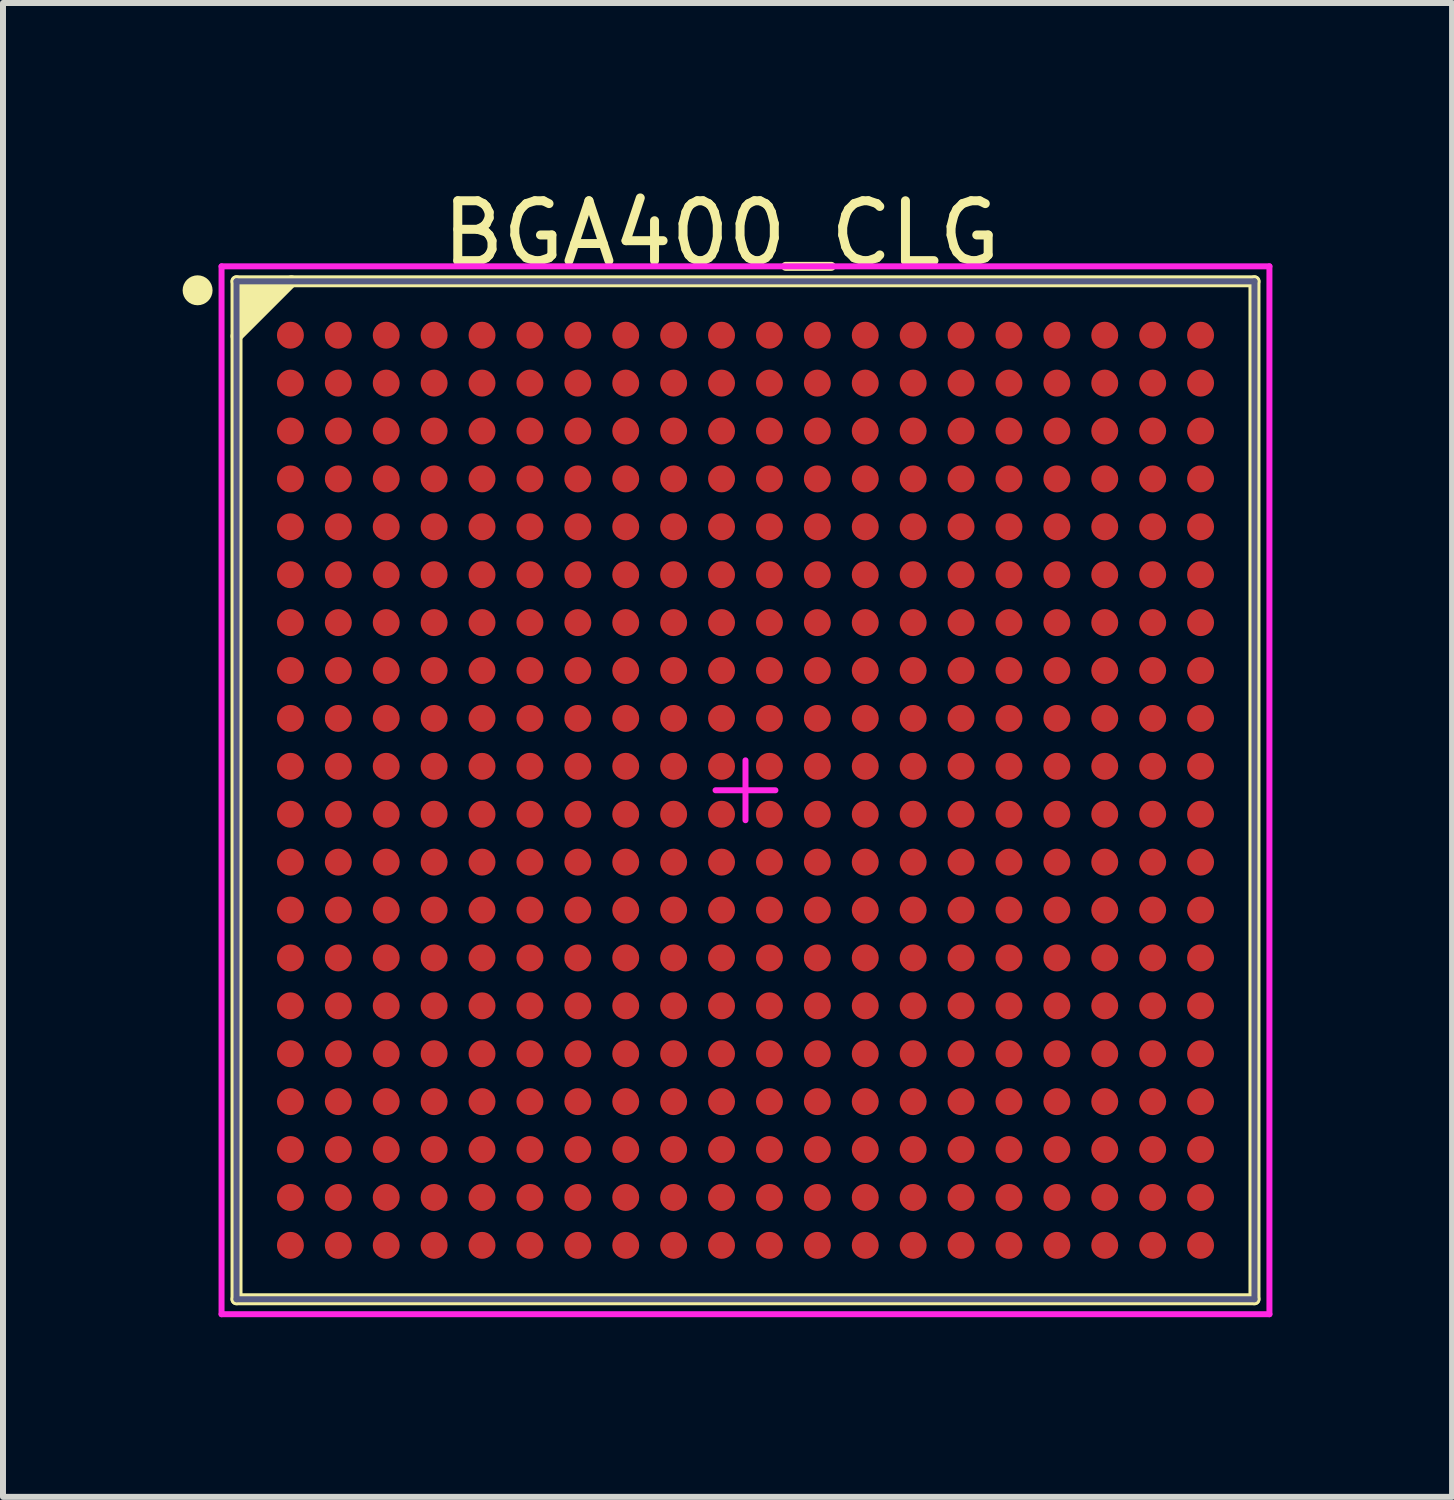
<source format=kicad_pcb>
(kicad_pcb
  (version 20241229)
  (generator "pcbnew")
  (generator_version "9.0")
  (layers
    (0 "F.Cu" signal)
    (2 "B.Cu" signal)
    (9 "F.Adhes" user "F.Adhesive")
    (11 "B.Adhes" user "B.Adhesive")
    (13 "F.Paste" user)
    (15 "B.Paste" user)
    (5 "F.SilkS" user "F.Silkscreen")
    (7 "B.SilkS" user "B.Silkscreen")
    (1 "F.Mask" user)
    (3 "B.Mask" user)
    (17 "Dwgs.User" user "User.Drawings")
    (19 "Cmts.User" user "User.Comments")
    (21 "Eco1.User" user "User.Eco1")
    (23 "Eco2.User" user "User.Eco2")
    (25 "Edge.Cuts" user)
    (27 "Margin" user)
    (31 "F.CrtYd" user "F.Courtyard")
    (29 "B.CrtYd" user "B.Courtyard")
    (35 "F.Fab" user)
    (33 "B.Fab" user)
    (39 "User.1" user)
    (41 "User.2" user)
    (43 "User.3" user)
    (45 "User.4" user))
  (footprint "BGA400_CLG"
    (layer "F.Cu")
    (at 9.4 10.148)
    (property "Reference" "BGA400_CLG" (at -0.4 -9.3 0) (layer "F.SilkS") (effects (font (size 1 1) (thickness 0.15))))
    (fp_line (start -8.5 -8.5) (end 8.5 -8.5) (stroke (width 0.2) (type solid)) (layer "F.SilkS"))
    (fp_line (start -8.5 -7.584) (end -7.584 -8.5) (stroke (width 0.2) (type solid)) (layer "F.SilkS"))
    (fp_line (start -8.5 8.5) (end -8.5 -8.5) (stroke (width 0.2) (type solid)) (layer "F.SilkS"))
    (fp_line (start -8.5 8.5) (end 8.5 8.5) (stroke (width 0.2) (type solid)) (layer "F.SilkS"))
    (fp_line (start 8.5 8.5) (end 8.5 -8.5) (stroke (width 0.2) (type solid)) (layer "F.SilkS"))
    (fp_circle (center -9.15 -8.35) (end -9.15 -8.475) (stroke (width 0.25) (type solid)) (fill no) (layer "F.SilkS"))
    (fp_poly (pts (xy -7.584 -8.5) (xy -8.5 -7.584) (xy -8.5 -8.5)) (stroke (width 0) (type default)) (fill yes) (layer "F.SilkS"))
    (fp_line (start -8.75 -8.75) (end 8.75 -8.75) (stroke (width 0.1) (type solid)) (layer "F.CrtYd"))
    (fp_line (start -8.75 8.75) (end -8.75 -8.75) (stroke (width 0.1) (type solid)) (layer "F.CrtYd"))
    (fp_line (start -8.75 8.75) (end 8.75 8.75) (stroke (width 0.1) (type solid)) (layer "F.CrtYd"))
    (fp_line (start -0.5 0) (end 0.5 0) (stroke (width 0.1) (type solid)) (layer "F.CrtYd"))
    (fp_line (start 0 0.5) (end 0 -0.5) (stroke (width 0.1) (type solid)) (layer "F.CrtYd"))
    (fp_line (start 8.75 8.75) (end 8.75 -8.75) (stroke (width 0.1) (type solid)) (layer "F.CrtYd"))
    (fp_line (start -8.5 -8.5) (end 8.5 -8.5) (stroke (width 0.1) (type solid)) (layer "B.Fab"))
    (fp_line (start -8.5 8.5) (end -8.5 -8.5) (stroke (width 0.1) (type solid)) (layer "B.Fab"))
    (fp_line (start -8.5 8.5) (end 8.5 8.5) (stroke (width 0.1) (type solid)) (layer "B.Fab"))
    (fp_line (start 8.5 8.5) (end 8.5 -8.5) (stroke (width 0.1) (type solid)) (layer "B.Fab"))
    (pad "A1" smd circle (at -7.6 -7.6) (size 0.45 0.45) (layers "F.Cu" "F.Mask" "F.Paste"))
    (pad "A2" smd circle (at -6.8 -7.6) (size 0.45 0.45) (layers "F.Cu" "F.Mask" "F.Paste"))
    (pad "A3" smd circle (at -6 -7.6) (size 0.45 0.45) (layers "F.Cu" "F.Mask" "F.Paste"))
    (pad "A4" smd circle (at -5.2 -7.6) (size 0.45 0.45) (layers "F.Cu" "F.Mask" "F.Paste"))
    (pad "A5" smd circle (at -4.4 -7.6) (size 0.45 0.45) (layers "F.Cu" "F.Mask" "F.Paste"))
    (pad "A6" smd circle (at -3.6 -7.6) (size 0.45 0.45) (layers "F.Cu" "F.Mask" "F.Paste"))
    (pad "A7" smd circle (at -2.8 -7.6) (size 0.45 0.45) (layers "F.Cu" "F.Mask" "F.Paste"))
    (pad "A8" smd circle (at -2 -7.6) (size 0.45 0.45) (layers "F.Cu" "F.Mask" "F.Paste"))
    (pad "A9" smd circle (at -1.2 -7.6) (size 0.45 0.45) (layers "F.Cu" "F.Mask" "F.Paste"))
    (pad "A10" smd circle (at -0.4 -7.6) (size 0.45 0.45) (layers "F.Cu" "F.Mask" "F.Paste"))
    (pad "A11" smd circle (at 0.4 -7.6) (size 0.45 0.45) (layers "F.Cu" "F.Mask" "F.Paste"))
    (pad "A12" smd circle (at 1.2 -7.6) (size 0.45 0.45) (layers "F.Cu" "F.Mask" "F.Paste"))
    (pad "A13" smd circle (at 2 -7.6) (size 0.45 0.45) (layers "F.Cu" "F.Mask" "F.Paste"))
    (pad "A14" smd circle (at 2.8 -7.6) (size 0.45 0.45) (layers "F.Cu" "F.Mask" "F.Paste"))
    (pad "A15" smd circle (at 3.6 -7.6) (size 0.45 0.45) (layers "F.Cu" "F.Mask" "F.Paste"))
    (pad "A16" smd circle (at 4.4 -7.6) (size 0.45 0.45) (layers "F.Cu" "F.Mask" "F.Paste"))
    (pad "A17" smd circle (at 5.2 -7.6) (size 0.45 0.45) (layers "F.Cu" "F.Mask" "F.Paste"))
    (pad "A18" smd circle (at 6 -7.6) (size 0.45 0.45) (layers "F.Cu" "F.Mask" "F.Paste"))
    (pad "A19" smd circle (at 6.8 -7.6) (size 0.45 0.45) (layers "F.Cu" "F.Mask" "F.Paste"))
    (pad "A20" smd circle (at 7.6 -7.6) (size 0.45 0.45) (layers "F.Cu" "F.Mask" "F.Paste"))
    (pad "B1" smd circle (at -7.6 -6.8) (size 0.45 0.45) (layers "F.Cu" "F.Mask" "F.Paste"))
    (pad "B2" smd circle (at -6.8 -6.8) (size 0.45 0.45) (layers "F.Cu" "F.Mask" "F.Paste"))
    (pad "B3" smd circle (at -6 -6.8) (size 0.45 0.45) (layers "F.Cu" "F.Mask" "F.Paste"))
    (pad "B4" smd circle (at -5.2 -6.8) (size 0.45 0.45) (layers "F.Cu" "F.Mask" "F.Paste"))
    (pad "B5" smd circle (at -4.4 -6.8) (size 0.45 0.45) (layers "F.Cu" "F.Mask" "F.Paste"))
    (pad "B6" smd circle (at -3.6 -6.8) (size 0.45 0.45) (layers "F.Cu" "F.Mask" "F.Paste"))
    (pad "B7" smd circle (at -2.8 -6.8) (size 0.45 0.45) (layers "F.Cu" "F.Mask" "F.Paste"))
    (pad "B8" smd circle (at -2 -6.8) (size 0.45 0.45) (layers "F.Cu" "F.Mask" "F.Paste"))
    (pad "B9" smd circle (at -1.2 -6.8) (size 0.45 0.45) (layers "F.Cu" "F.Mask" "F.Paste"))
    (pad "B10" smd circle (at -0.4 -6.8) (size 0.45 0.45) (layers "F.Cu" "F.Mask" "F.Paste"))
    (pad "B11" smd circle (at 0.4 -6.8) (size 0.45 0.45) (layers "F.Cu" "F.Mask" "F.Paste"))
    (pad "B12" smd circle (at 1.2 -6.8) (size 0.45 0.45) (layers "F.Cu" "F.Mask" "F.Paste"))
    (pad "B13" smd circle (at 2 -6.8) (size 0.45 0.45) (layers "F.Cu" "F.Mask" "F.Paste"))
    (pad "B14" smd circle (at 2.8 -6.8) (size 0.45 0.45) (layers "F.Cu" "F.Mask" "F.Paste"))
    (pad "B15" smd circle (at 3.6 -6.8) (size 0.45 0.45) (layers "F.Cu" "F.Mask" "F.Paste"))
    (pad "B16" smd circle (at 4.4 -6.8) (size 0.45 0.45) (layers "F.Cu" "F.Mask" "F.Paste"))
    (pad "B17" smd circle (at 5.2 -6.8) (size 0.45 0.45) (layers "F.Cu" "F.Mask" "F.Paste"))
    (pad "B18" smd circle (at 6 -6.8) (size 0.45 0.45) (layers "F.Cu" "F.Mask" "F.Paste"))
    (pad "B19" smd circle (at 6.8 -6.8) (size 0.45 0.45) (layers "F.Cu" "F.Mask" "F.Paste"))
    (pad "B20" smd circle (at 7.6 -6.8) (size 0.45 0.45) (layers "F.Cu" "F.Mask" "F.Paste"))
    (pad "C1" smd circle (at -7.6 -6) (size 0.45 0.45) (layers "F.Cu" "F.Mask" "F.Paste"))
    (pad "C2" smd circle (at -6.8 -6) (size 0.45 0.45) (layers "F.Cu" "F.Mask" "F.Paste"))
    (pad "C3" smd circle (at -6 -6) (size 0.45 0.45) (layers "F.Cu" "F.Mask" "F.Paste"))
    (pad "C4" smd circle (at -5.2 -6) (size 0.45 0.45) (layers "F.Cu" "F.Mask" "F.Paste"))
    (pad "C5" smd circle (at -4.4 -6) (size 0.45 0.45) (layers "F.Cu" "F.Mask" "F.Paste"))
    (pad "C6" smd circle (at -3.6 -6) (size 0.45 0.45) (layers "F.Cu" "F.Mask" "F.Paste"))
    (pad "C7" smd circle (at -2.8 -6) (size 0.45 0.45) (layers "F.Cu" "F.Mask" "F.Paste"))
    (pad "C8" smd circle (at -2 -6) (size 0.45 0.45) (layers "F.Cu" "F.Mask" "F.Paste"))
    (pad "C9" smd circle (at -1.2 -6) (size 0.45 0.45) (layers "F.Cu" "F.Mask" "F.Paste"))
    (pad "C10" smd circle (at -0.4 -6) (size 0.45 0.45) (layers "F.Cu" "F.Mask" "F.Paste"))
    (pad "C11" smd circle (at 0.4 -6) (size 0.45 0.45) (layers "F.Cu" "F.Mask" "F.Paste"))
    (pad "C12" smd circle (at 1.2 -6) (size 0.45 0.45) (layers "F.Cu" "F.Mask" "F.Paste"))
    (pad "C13" smd circle (at 2 -6) (size 0.45 0.45) (layers "F.Cu" "F.Mask" "F.Paste"))
    (pad "C14" smd circle (at 2.8 -6) (size 0.45 0.45) (layers "F.Cu" "F.Mask" "F.Paste"))
    (pad "C15" smd circle (at 3.6 -6) (size 0.45 0.45) (layers "F.Cu" "F.Mask" "F.Paste"))
    (pad "C16" smd circle (at 4.4 -6) (size 0.45 0.45) (layers "F.Cu" "F.Mask" "F.Paste"))
    (pad "C17" smd circle (at 5.2 -6) (size 0.45 0.45) (layers "F.Cu" "F.Mask" "F.Paste"))
    (pad "C18" smd circle (at 6 -6) (size 0.45 0.45) (layers "F.Cu" "F.Mask" "F.Paste"))
    (pad "C19" smd circle (at 6.8 -6) (size 0.45 0.45) (layers "F.Cu" "F.Mask" "F.Paste"))
    (pad "C20" smd circle (at 7.6 -6) (size 0.45 0.45) (layers "F.Cu" "F.Mask" "F.Paste"))
    (pad "D1" smd circle (at -7.6 -5.2) (size 0.45 0.45) (layers "F.Cu" "F.Mask" "F.Paste"))
    (pad "D2" smd circle (at -6.8 -5.2) (size 0.45 0.45) (layers "F.Cu" "F.Mask" "F.Paste"))
    (pad "D3" smd circle (at -6 -5.2) (size 0.45 0.45) (layers "F.Cu" "F.Mask" "F.Paste"))
    (pad "D4" smd circle (at -5.2 -5.2) (size 0.45 0.45) (layers "F.Cu" "F.Mask" "F.Paste"))
    (pad "D5" smd circle (at -4.4 -5.2) (size 0.45 0.45) (layers "F.Cu" "F.Mask" "F.Paste"))
    (pad "D6" smd circle (at -3.6 -5.2) (size 0.45 0.45) (layers "F.Cu" "F.Mask" "F.Paste"))
    (pad "D7" smd circle (at -2.8 -5.2) (size 0.45 0.45) (layers "F.Cu" "F.Mask" "F.Paste"))
    (pad "D8" smd circle (at -2 -5.2) (size 0.45 0.45) (layers "F.Cu" "F.Mask" "F.Paste"))
    (pad "D9" smd circle (at -1.2 -5.2) (size 0.45 0.45) (layers "F.Cu" "F.Mask" "F.Paste"))
    (pad "D10" smd circle (at -0.4 -5.2) (size 0.45 0.45) (layers "F.Cu" "F.Mask" "F.Paste"))
    (pad "D11" smd circle (at 0.4 -5.2) (size 0.45 0.45) (layers "F.Cu" "F.Mask" "F.Paste"))
    (pad "D12" smd circle (at 1.2 -5.2) (size 0.45 0.45) (layers "F.Cu" "F.Mask" "F.Paste"))
    (pad "D13" smd circle (at 2 -5.2) (size 0.45 0.45) (layers "F.Cu" "F.Mask" "F.Paste"))
    (pad "D14" smd circle (at 2.8 -5.2) (size 0.45 0.45) (layers "F.Cu" "F.Mask" "F.Paste"))
    (pad "D15" smd circle (at 3.6 -5.2) (size 0.45 0.45) (layers "F.Cu" "F.Mask" "F.Paste"))
    (pad "D16" smd circle (at 4.4 -5.2) (size 0.45 0.45) (layers "F.Cu" "F.Mask" "F.Paste"))
    (pad "D17" smd circle (at 5.2 -5.2) (size 0.45 0.45) (layers "F.Cu" "F.Mask" "F.Paste"))
    (pad "D18" smd circle (at 6 -5.2) (size 0.45 0.45) (layers "F.Cu" "F.Mask" "F.Paste"))
    (pad "D19" smd circle (at 6.8 -5.2) (size 0.45 0.45) (layers "F.Cu" "F.Mask" "F.Paste"))
    (pad "D20" smd circle (at 7.6 -5.2) (size 0.45 0.45) (layers "F.Cu" "F.Mask" "F.Paste"))
    (pad "E1" smd circle (at -7.6 -4.4) (size 0.45 0.45) (layers "F.Cu" "F.Mask" "F.Paste"))
    (pad "E2" smd circle (at -6.8 -4.4) (size 0.45 0.45) (layers "F.Cu" "F.Mask" "F.Paste"))
    (pad "E3" smd circle (at -6 -4.4) (size 0.45 0.45) (layers "F.Cu" "F.Mask" "F.Paste"))
    (pad "E4" smd circle (at -5.2 -4.4) (size 0.45 0.45) (layers "F.Cu" "F.Mask" "F.Paste"))
    (pad "E5" smd circle (at -4.4 -4.4) (size 0.45 0.45) (layers "F.Cu" "F.Mask" "F.Paste"))
    (pad "E6" smd circle (at -3.6 -4.4) (size 0.45 0.45) (layers "F.Cu" "F.Mask" "F.Paste"))
    (pad "E7" smd circle (at -2.8 -4.4) (size 0.45 0.45) (layers "F.Cu" "F.Mask" "F.Paste"))
    (pad "E8" smd circle (at -2 -4.4) (size 0.45 0.45) (layers "F.Cu" "F.Mask" "F.Paste"))
    (pad "E9" smd circle (at -1.2 -4.4) (size 0.45 0.45) (layers "F.Cu" "F.Mask" "F.Paste"))
    (pad "E10" smd circle (at -0.4 -4.4) (size 0.45 0.45) (layers "F.Cu" "F.Mask" "F.Paste"))
    (pad "E11" smd circle (at 0.4 -4.4) (size 0.45 0.45) (layers "F.Cu" "F.Mask" "F.Paste"))
    (pad "E12" smd circle (at 1.2 -4.4) (size 0.45 0.45) (layers "F.Cu" "F.Mask" "F.Paste"))
    (pad "E13" smd circle (at 2 -4.4) (size 0.45 0.45) (layers "F.Cu" "F.Mask" "F.Paste"))
    (pad "E14" smd circle (at 2.8 -4.4) (size 0.45 0.45) (layers "F.Cu" "F.Mask" "F.Paste"))
    (pad "E15" smd circle (at 3.6 -4.4) (size 0.45 0.45) (layers "F.Cu" "F.Mask" "F.Paste"))
    (pad "E16" smd circle (at 4.4 -4.4) (size 0.45 0.45) (layers "F.Cu" "F.Mask" "F.Paste"))
    (pad "E17" smd circle (at 5.2 -4.4) (size 0.45 0.45) (layers "F.Cu" "F.Mask" "F.Paste"))
    (pad "E18" smd circle (at 6 -4.4) (size 0.45 0.45) (layers "F.Cu" "F.Mask" "F.Paste"))
    (pad "E19" smd circle (at 6.8 -4.4) (size 0.45 0.45) (layers "F.Cu" "F.Mask" "F.Paste"))
    (pad "E20" smd circle (at 7.6 -4.4) (size 0.45 0.45) (layers "F.Cu" "F.Mask" "F.Paste"))
    (pad "F1" smd circle (at -7.6 -3.6) (size 0.45 0.45) (layers "F.Cu" "F.Mask" "F.Paste"))
    (pad "F2" smd circle (at -6.8 -3.6) (size 0.45 0.45) (layers "F.Cu" "F.Mask" "F.Paste"))
    (pad "F3" smd circle (at -6 -3.6) (size 0.45 0.45) (layers "F.Cu" "F.Mask" "F.Paste"))
    (pad "F4" smd circle (at -5.2 -3.6) (size 0.45 0.45) (layers "F.Cu" "F.Mask" "F.Paste"))
    (pad "F5" smd circle (at -4.4 -3.6) (size 0.45 0.45) (layers "F.Cu" "F.Mask" "F.Paste"))
    (pad "F6" smd circle (at -3.6 -3.6) (size 0.45 0.45) (layers "F.Cu" "F.Mask" "F.Paste"))
    (pad "F7" smd circle (at -2.8 -3.6) (size 0.45 0.45) (layers "F.Cu" "F.Mask" "F.Paste"))
    (pad "F8" smd circle (at -2 -3.6) (size 0.45 0.45) (layers "F.Cu" "F.Mask" "F.Paste"))
    (pad "F9" smd circle (at -1.2 -3.6) (size 0.45 0.45) (layers "F.Cu" "F.Mask" "F.Paste"))
    (pad "F10" smd circle (at -0.4 -3.6) (size 0.45 0.45) (layers "F.Cu" "F.Mask" "F.Paste"))
    (pad "F11" smd circle (at 0.4 -3.6) (size 0.45 0.45) (layers "F.Cu" "F.Mask" "F.Paste"))
    (pad "F12" smd circle (at 1.2 -3.6) (size 0.45 0.45) (layers "F.Cu" "F.Mask" "F.Paste"))
    (pad "F13" smd circle (at 2 -3.6) (size 0.45 0.45) (layers "F.Cu" "F.Mask" "F.Paste"))
    (pad "F14" smd circle (at 2.8 -3.6) (size 0.45 0.45) (layers "F.Cu" "F.Mask" "F.Paste"))
    (pad "F15" smd circle (at 3.6 -3.6) (size 0.45 0.45) (layers "F.Cu" "F.Mask" "F.Paste"))
    (pad "F16" smd circle (at 4.4 -3.6) (size 0.45 0.45) (layers "F.Cu" "F.Mask" "F.Paste"))
    (pad "F17" smd circle (at 5.2 -3.6) (size 0.45 0.45) (layers "F.Cu" "F.Mask" "F.Paste"))
    (pad "F18" smd circle (at 6 -3.6) (size 0.45 0.45) (layers "F.Cu" "F.Mask" "F.Paste"))
    (pad "F19" smd circle (at 6.8 -3.6) (size 0.45 0.45) (layers "F.Cu" "F.Mask" "F.Paste"))
    (pad "F20" smd circle (at 7.6 -3.6) (size 0.45 0.45) (layers "F.Cu" "F.Mask" "F.Paste"))
    (pad "G1" smd circle (at -7.6 -2.8) (size 0.45 0.45) (layers "F.Cu" "F.Mask" "F.Paste"))
    (pad "G2" smd circle (at -6.8 -2.8) (size 0.45 0.45) (layers "F.Cu" "F.Mask" "F.Paste"))
    (pad "G3" smd circle (at -6 -2.8) (size 0.45 0.45) (layers "F.Cu" "F.Mask" "F.Paste"))
    (pad "G4" smd circle (at -5.2 -2.8) (size 0.45 0.45) (layers "F.Cu" "F.Mask" "F.Paste"))
    (pad "G5" smd circle (at -4.4 -2.8) (size 0.45 0.45) (layers "F.Cu" "F.Mask" "F.Paste"))
    (pad "G6" smd circle (at -3.6 -2.8) (size 0.45 0.45) (layers "F.Cu" "F.Mask" "F.Paste"))
    (pad "G7" smd circle (at -2.8 -2.8) (size 0.45 0.45) (layers "F.Cu" "F.Mask" "F.Paste"))
    (pad "G8" smd circle (at -2 -2.8) (size 0.45 0.45) (layers "F.Cu" "F.Mask" "F.Paste"))
    (pad "G9" smd circle (at -1.2 -2.8) (size 0.45 0.45) (layers "F.Cu" "F.Mask" "F.Paste"))
    (pad "G10" smd circle (at -0.4 -2.8) (size 0.45 0.45) (layers "F.Cu" "F.Mask" "F.Paste"))
    (pad "G11" smd circle (at 0.4 -2.8) (size 0.45 0.45) (layers "F.Cu" "F.Mask" "F.Paste"))
    (pad "G12" smd circle (at 1.2 -2.8) (size 0.45 0.45) (layers "F.Cu" "F.Mask" "F.Paste"))
    (pad "G13" smd circle (at 2 -2.8) (size 0.45 0.45) (layers "F.Cu" "F.Mask" "F.Paste"))
    (pad "G14" smd circle (at 2.8 -2.8) (size 0.45 0.45) (layers "F.Cu" "F.Mask" "F.Paste"))
    (pad "G15" smd circle (at 3.6 -2.8) (size 0.45 0.45) (layers "F.Cu" "F.Mask" "F.Paste"))
    (pad "G16" smd circle (at 4.4 -2.8) (size 0.45 0.45) (layers "F.Cu" "F.Mask" "F.Paste"))
    (pad "G17" smd circle (at 5.2 -2.8) (size 0.45 0.45) (layers "F.Cu" "F.Mask" "F.Paste"))
    (pad "G18" smd circle (at 6 -2.8) (size 0.45 0.45) (layers "F.Cu" "F.Mask" "F.Paste"))
    (pad "G19" smd circle (at 6.8 -2.8) (size 0.45 0.45) (layers "F.Cu" "F.Mask" "F.Paste"))
    (pad "G20" smd circle (at 7.6 -2.8) (size 0.45 0.45) (layers "F.Cu" "F.Mask" "F.Paste"))
    (pad "H1" smd circle (at -7.6 -2) (size 0.45 0.45) (layers "F.Cu" "F.Mask" "F.Paste"))
    (pad "H2" smd circle (at -6.8 -2) (size 0.45 0.45) (layers "F.Cu" "F.Mask" "F.Paste"))
    (pad "H3" smd circle (at -6 -2) (size 0.45 0.45) (layers "F.Cu" "F.Mask" "F.Paste"))
    (pad "H4" smd circle (at -5.2 -2) (size 0.45 0.45) (layers "F.Cu" "F.Mask" "F.Paste"))
    (pad "H5" smd circle (at -4.4 -2) (size 0.45 0.45) (layers "F.Cu" "F.Mask" "F.Paste"))
    (pad "H6" smd circle (at -3.6 -2) (size 0.45 0.45) (layers "F.Cu" "F.Mask" "F.Paste"))
    (pad "H7" smd circle (at -2.8 -2) (size 0.45 0.45) (layers "F.Cu" "F.Mask" "F.Paste"))
    (pad "H8" smd circle (at -2 -2) (size 0.45 0.45) (layers "F.Cu" "F.Mask" "F.Paste"))
    (pad "H9" smd circle (at -1.2 -2) (size 0.45 0.45) (layers "F.Cu" "F.Mask" "F.Paste"))
    (pad "H10" smd circle (at -0.4 -2) (size 0.45 0.45) (layers "F.Cu" "F.Mask" "F.Paste"))
    (pad "H11" smd circle (at 0.4 -2) (size 0.45 0.45) (layers "F.Cu" "F.Mask" "F.Paste"))
    (pad "H12" smd circle (at 1.2 -2) (size 0.45 0.45) (layers "F.Cu" "F.Mask" "F.Paste"))
    (pad "H13" smd circle (at 2 -2) (size 0.45 0.45) (layers "F.Cu" "F.Mask" "F.Paste"))
    (pad "H14" smd circle (at 2.8 -2) (size 0.45 0.45) (layers "F.Cu" "F.Mask" "F.Paste"))
    (pad "H15" smd circle (at 3.6 -2) (size 0.45 0.45) (layers "F.Cu" "F.Mask" "F.Paste"))
    (pad "H16" smd circle (at 4.4 -2) (size 0.45 0.45) (layers "F.Cu" "F.Mask" "F.Paste"))
    (pad "H17" smd circle (at 5.2 -2) (size 0.45 0.45) (layers "F.Cu" "F.Mask" "F.Paste"))
    (pad "H18" smd circle (at 6 -2) (size 0.45 0.45) (layers "F.Cu" "F.Mask" "F.Paste"))
    (pad "H19" smd circle (at 6.8 -2) (size 0.45 0.45) (layers "F.Cu" "F.Mask" "F.Paste"))
    (pad "H20" smd circle (at 7.6 -2) (size 0.45 0.45) (layers "F.Cu" "F.Mask" "F.Paste"))
    (pad "J1" smd circle (at -7.6 -1.2) (size 0.45 0.45) (layers "F.Cu" "F.Mask" "F.Paste"))
    (pad "J2" smd circle (at -6.8 -1.2) (size 0.45 0.45) (layers "F.Cu" "F.Mask" "F.Paste"))
    (pad "J3" smd circle (at -6 -1.2) (size 0.45 0.45) (layers "F.Cu" "F.Mask" "F.Paste"))
    (pad "J4" smd circle (at -5.2 -1.2) (size 0.45 0.45) (layers "F.Cu" "F.Mask" "F.Paste"))
    (pad "J5" smd circle (at -4.4 -1.2) (size 0.45 0.45) (layers "F.Cu" "F.Mask" "F.Paste"))
    (pad "J6" smd circle (at -3.6 -1.2) (size 0.45 0.45) (layers "F.Cu" "F.Mask" "F.Paste"))
    (pad "J7" smd circle (at -2.8 -1.2) (size 0.45 0.45) (layers "F.Cu" "F.Mask" "F.Paste"))
    (pad "J8" smd circle (at -2 -1.2) (size 0.45 0.45) (layers "F.Cu" "F.Mask" "F.Paste"))
    (pad "J9" smd circle (at -1.2 -1.2) (size 0.45 0.45) (layers "F.Cu" "F.Mask" "F.Paste"))
    (pad "J10" smd circle (at -0.4 -1.2) (size 0.45 0.45) (layers "F.Cu" "F.Mask" "F.Paste"))
    (pad "J11" smd circle (at 0.4 -1.2) (size 0.45 0.45) (layers "F.Cu" "F.Mask" "F.Paste"))
    (pad "J12" smd circle (at 1.2 -1.2) (size 0.45 0.45) (layers "F.Cu" "F.Mask" "F.Paste"))
    (pad "J13" smd circle (at 2 -1.2) (size 0.45 0.45) (layers "F.Cu" "F.Mask" "F.Paste"))
    (pad "J14" smd circle (at 2.8 -1.2) (size 0.45 0.45) (layers "F.Cu" "F.Mask" "F.Paste"))
    (pad "J15" smd circle (at 3.6 -1.2) (size 0.45 0.45) (layers "F.Cu" "F.Mask" "F.Paste"))
    (pad "J16" smd circle (at 4.4 -1.2) (size 0.45 0.45) (layers "F.Cu" "F.Mask" "F.Paste"))
    (pad "J17" smd circle (at 5.2 -1.2) (size 0.45 0.45) (layers "F.Cu" "F.Mask" "F.Paste"))
    (pad "J18" smd circle (at 6 -1.2) (size 0.45 0.45) (layers "F.Cu" "F.Mask" "F.Paste"))
    (pad "J19" smd circle (at 6.8 -1.2) (size 0.45 0.45) (layers "F.Cu" "F.Mask" "F.Paste"))
    (pad "J20" smd circle (at 7.6 -1.2) (size 0.45 0.45) (layers "F.Cu" "F.Mask" "F.Paste"))
    (pad "K1" smd circle (at -7.6 -0.4) (size 0.45 0.45) (layers "F.Cu" "F.Mask" "F.Paste"))
    (pad "K2" smd circle (at -6.8 -0.4) (size 0.45 0.45) (layers "F.Cu" "F.Mask" "F.Paste"))
    (pad "K3" smd circle (at -6 -0.4) (size 0.45 0.45) (layers "F.Cu" "F.Mask" "F.Paste"))
    (pad "K4" smd circle (at -5.2 -0.4) (size 0.45 0.45) (layers "F.Cu" "F.Mask" "F.Paste"))
    (pad "K5" smd circle (at -4.4 -0.4) (size 0.45 0.45) (layers "F.Cu" "F.Mask" "F.Paste"))
    (pad "K6" smd circle (at -3.6 -0.4) (size 0.45 0.45) (layers "F.Cu" "F.Mask" "F.Paste"))
    (pad "K7" smd circle (at -2.8 -0.4) (size 0.45 0.45) (layers "F.Cu" "F.Mask" "F.Paste"))
    (pad "K8" smd circle (at -2 -0.4) (size 0.45 0.45) (layers "F.Cu" "F.Mask" "F.Paste"))
    (pad "K9" smd circle (at -1.2 -0.4) (size 0.45 0.45) (layers "F.Cu" "F.Mask" "F.Paste"))
    (pad "K10" smd circle (at -0.4 -0.4) (size 0.45 0.45) (layers "F.Cu" "F.Mask" "F.Paste"))
    (pad "K11" smd circle (at 0.4 -0.4) (size 0.45 0.45) (layers "F.Cu" "F.Mask" "F.Paste"))
    (pad "K12" smd circle (at 1.2 -0.4) (size 0.45 0.45) (layers "F.Cu" "F.Mask" "F.Paste"))
    (pad "K13" smd circle (at 2 -0.4) (size 0.45 0.45) (layers "F.Cu" "F.Mask" "F.Paste"))
    (pad "K14" smd circle (at 2.8 -0.4) (size 0.45 0.45) (layers "F.Cu" "F.Mask" "F.Paste"))
    (pad "K15" smd circle (at 3.6 -0.4) (size 0.45 0.45) (layers "F.Cu" "F.Mask" "F.Paste"))
    (pad "K16" smd circle (at 4.4 -0.4) (size 0.45 0.45) (layers "F.Cu" "F.Mask" "F.Paste"))
    (pad "K17" smd circle (at 5.2 -0.4) (size 0.45 0.45) (layers "F.Cu" "F.Mask" "F.Paste"))
    (pad "K18" smd circle (at 6 -0.4) (size 0.45 0.45) (layers "F.Cu" "F.Mask" "F.Paste"))
    (pad "K19" smd circle (at 6.8 -0.4) (size 0.45 0.45) (layers "F.Cu" "F.Mask" "F.Paste"))
    (pad "K20" smd circle (at 7.6 -0.4) (size 0.45 0.45) (layers "F.Cu" "F.Mask" "F.Paste"))
    (pad "L1" smd circle (at -7.6 0.4) (size 0.45 0.45) (layers "F.Cu" "F.Mask" "F.Paste"))
    (pad "L2" smd circle (at -6.8 0.4) (size 0.45 0.45) (layers "F.Cu" "F.Mask" "F.Paste"))
    (pad "L3" smd circle (at -6 0.4) (size 0.45 0.45) (layers "F.Cu" "F.Mask" "F.Paste"))
    (pad "L4" smd circle (at -5.2 0.4) (size 0.45 0.45) (layers "F.Cu" "F.Mask" "F.Paste"))
    (pad "L5" smd circle (at -4.4 0.4) (size 0.45 0.45) (layers "F.Cu" "F.Mask" "F.Paste"))
    (pad "L6" smd circle (at -3.6 0.4) (size 0.45 0.45) (layers "F.Cu" "F.Mask" "F.Paste"))
    (pad "L7" smd circle (at -2.8 0.4) (size 0.45 0.45) (layers "F.Cu" "F.Mask" "F.Paste"))
    (pad "L8" smd circle (at -2 0.4) (size 0.45 0.45) (layers "F.Cu" "F.Mask" "F.Paste"))
    (pad "L9" smd circle (at -1.2 0.4) (size 0.45 0.45) (layers "F.Cu" "F.Mask" "F.Paste"))
    (pad "L10" smd circle (at -0.4 0.4) (size 0.45 0.45) (layers "F.Cu" "F.Mask" "F.Paste"))
    (pad "L11" smd circle (at 0.4 0.4) (size 0.45 0.45) (layers "F.Cu" "F.Mask" "F.Paste"))
    (pad "L12" smd circle (at 1.2 0.4) (size 0.45 0.45) (layers "F.Cu" "F.Mask" "F.Paste"))
    (pad "L13" smd circle (at 2 0.4) (size 0.45 0.45) (layers "F.Cu" "F.Mask" "F.Paste"))
    (pad "L14" smd circle (at 2.8 0.4) (size 0.45 0.45) (layers "F.Cu" "F.Mask" "F.Paste"))
    (pad "L15" smd circle (at 3.6 0.4) (size 0.45 0.45) (layers "F.Cu" "F.Mask" "F.Paste"))
    (pad "L16" smd circle (at 4.4 0.4) (size 0.45 0.45) (layers "F.Cu" "F.Mask" "F.Paste"))
    (pad "L17" smd circle (at 5.2 0.4) (size 0.45 0.45) (layers "F.Cu" "F.Mask" "F.Paste"))
    (pad "L18" smd circle (at 6 0.4) (size 0.45 0.45) (layers "F.Cu" "F.Mask" "F.Paste"))
    (pad "L19" smd circle (at 6.8 0.4) (size 0.45 0.45) (layers "F.Cu" "F.Mask" "F.Paste"))
    (pad "L20" smd circle (at 7.6 0.4) (size 0.45 0.45) (layers "F.Cu" "F.Mask" "F.Paste"))
    (pad "M1" smd circle (at -7.6 1.2) (size 0.45 0.45) (layers "F.Cu" "F.Mask" "F.Paste"))
    (pad "M2" smd circle (at -6.8 1.2) (size 0.45 0.45) (layers "F.Cu" "F.Mask" "F.Paste"))
    (pad "M3" smd circle (at -6 1.2) (size 0.45 0.45) (layers "F.Cu" "F.Mask" "F.Paste"))
    (pad "M4" smd circle (at -5.2 1.2) (size 0.45 0.45) (layers "F.Cu" "F.Mask" "F.Paste"))
    (pad "M5" smd circle (at -4.4 1.2) (size 0.45 0.45) (layers "F.Cu" "F.Mask" "F.Paste"))
    (pad "M6" smd circle (at -3.6 1.2) (size 0.45 0.45) (layers "F.Cu" "F.Mask" "F.Paste"))
    (pad "M7" smd circle (at -2.8 1.2) (size 0.45 0.45) (layers "F.Cu" "F.Mask" "F.Paste"))
    (pad "M8" smd circle (at -2 1.2) (size 0.45 0.45) (layers "F.Cu" "F.Mask" "F.Paste"))
    (pad "M9" smd circle (at -1.2 1.2) (size 0.45 0.45) (layers "F.Cu" "F.Mask" "F.Paste"))
    (pad "M10" smd circle (at -0.4 1.2) (size 0.45 0.45) (layers "F.Cu" "F.Mask" "F.Paste"))
    (pad "M11" smd circle (at 0.4 1.2) (size 0.45 0.45) (layers "F.Cu" "F.Mask" "F.Paste"))
    (pad "M12" smd circle (at 1.2 1.2) (size 0.45 0.45) (layers "F.Cu" "F.Mask" "F.Paste"))
    (pad "M13" smd circle (at 2 1.2) (size 0.45 0.45) (layers "F.Cu" "F.Mask" "F.Paste"))
    (pad "M14" smd circle (at 2.8 1.2) (size 0.45 0.45) (layers "F.Cu" "F.Mask" "F.Paste"))
    (pad "M15" smd circle (at 3.6 1.2) (size 0.45 0.45) (layers "F.Cu" "F.Mask" "F.Paste"))
    (pad "M16" smd circle (at 4.4 1.2) (size 0.45 0.45) (layers "F.Cu" "F.Mask" "F.Paste"))
    (pad "M17" smd circle (at 5.2 1.2) (size 0.45 0.45) (layers "F.Cu" "F.Mask" "F.Paste"))
    (pad "M18" smd circle (at 6 1.2) (size 0.45 0.45) (layers "F.Cu" "F.Mask" "F.Paste"))
    (pad "M19" smd circle (at 6.8 1.2) (size 0.45 0.45) (layers "F.Cu" "F.Mask" "F.Paste"))
    (pad "M20" smd circle (at 7.6 1.2) (size 0.45 0.45) (layers "F.Cu" "F.Mask" "F.Paste"))
    (pad "N1" smd circle (at -7.6 2) (size 0.45 0.45) (layers "F.Cu" "F.Mask" "F.Paste"))
    (pad "N2" smd circle (at -6.8 2) (size 0.45 0.45) (layers "F.Cu" "F.Mask" "F.Paste"))
    (pad "N3" smd circle (at -6 2) (size 0.45 0.45) (layers "F.Cu" "F.Mask" "F.Paste"))
    (pad "N4" smd circle (at -5.2 2) (size 0.45 0.45) (layers "F.Cu" "F.Mask" "F.Paste"))
    (pad "N5" smd circle (at -4.4 2) (size 0.45 0.45) (layers "F.Cu" "F.Mask" "F.Paste"))
    (pad "N6" smd circle (at -3.6 2) (size 0.45 0.45) (layers "F.Cu" "F.Mask" "F.Paste"))
    (pad "N7" smd circle (at -2.8 2) (size 0.45 0.45) (layers "F.Cu" "F.Mask" "F.Paste"))
    (pad "N8" smd circle (at -2 2) (size 0.45 0.45) (layers "F.Cu" "F.Mask" "F.Paste"))
    (pad "N9" smd circle (at -1.2 2) (size 0.45 0.45) (layers "F.Cu" "F.Mask" "F.Paste"))
    (pad "N10" smd circle (at -0.4 2) (size 0.45 0.45) (layers "F.Cu" "F.Mask" "F.Paste"))
    (pad "N11" smd circle (at 0.4 2) (size 0.45 0.45) (layers "F.Cu" "F.Mask" "F.Paste"))
    (pad "N12" smd circle (at 1.2 2) (size 0.45 0.45) (layers "F.Cu" "F.Mask" "F.Paste"))
    (pad "N13" smd circle (at 2 2) (size 0.45 0.45) (layers "F.Cu" "F.Mask" "F.Paste"))
    (pad "N14" smd circle (at 2.8 2) (size 0.45 0.45) (layers "F.Cu" "F.Mask" "F.Paste"))
    (pad "N15" smd circle (at 3.6 2) (size 0.45 0.45) (layers "F.Cu" "F.Mask" "F.Paste"))
    (pad "N16" smd circle (at 4.4 2) (size 0.45 0.45) (layers "F.Cu" "F.Mask" "F.Paste"))
    (pad "N17" smd circle (at 5.2 2) (size 0.45 0.45) (layers "F.Cu" "F.Mask" "F.Paste"))
    (pad "N18" smd circle (at 6 2) (size 0.45 0.45) (layers "F.Cu" "F.Mask" "F.Paste"))
    (pad "N19" smd circle (at 6.8 2) (size 0.45 0.45) (layers "F.Cu" "F.Mask" "F.Paste"))
    (pad "N20" smd circle (at 7.6 2) (size 0.45 0.45) (layers "F.Cu" "F.Mask" "F.Paste"))
    (pad "P1" smd circle (at -7.6 2.8) (size 0.45 0.45) (layers "F.Cu" "F.Mask" "F.Paste"))
    (pad "P2" smd circle (at -6.8 2.8) (size 0.45 0.45) (layers "F.Cu" "F.Mask" "F.Paste"))
    (pad "P3" smd circle (at -6 2.8) (size 0.45 0.45) (layers "F.Cu" "F.Mask" "F.Paste"))
    (pad "P4" smd circle (at -5.2 2.8) (size 0.45 0.45) (layers "F.Cu" "F.Mask" "F.Paste"))
    (pad "P5" smd circle (at -4.4 2.8) (size 0.45 0.45) (layers "F.Cu" "F.Mask" "F.Paste"))
    (pad "P6" smd circle (at -3.6 2.8) (size 0.45 0.45) (layers "F.Cu" "F.Mask" "F.Paste"))
    (pad "P7" smd circle (at -2.8 2.8) (size 0.45 0.45) (layers "F.Cu" "F.Mask" "F.Paste"))
    (pad "P8" smd circle (at -2 2.8) (size 0.45 0.45) (layers "F.Cu" "F.Mask" "F.Paste"))
    (pad "P9" smd circle (at -1.2 2.8) (size 0.45 0.45) (layers "F.Cu" "F.Mask" "F.Paste"))
    (pad "P10" smd circle (at -0.4 2.8) (size 0.45 0.45) (layers "F.Cu" "F.Mask" "F.Paste"))
    (pad "P11" smd circle (at 0.4 2.8) (size 0.45 0.45) (layers "F.Cu" "F.Mask" "F.Paste"))
    (pad "P12" smd circle (at 1.2 2.8) (size 0.45 0.45) (layers "F.Cu" "F.Mask" "F.Paste"))
    (pad "P13" smd circle (at 2 2.8) (size 0.45 0.45) (layers "F.Cu" "F.Mask" "F.Paste"))
    (pad "P14" smd circle (at 2.8 2.8) (size 0.45 0.45) (layers "F.Cu" "F.Mask" "F.Paste"))
    (pad "P15" smd circle (at 3.6 2.8) (size 0.45 0.45) (layers "F.Cu" "F.Mask" "F.Paste"))
    (pad "P16" smd circle (at 4.4 2.8) (size 0.45 0.45) (layers "F.Cu" "F.Mask" "F.Paste"))
    (pad "P17" smd circle (at 5.2 2.8) (size 0.45 0.45) (layers "F.Cu" "F.Mask" "F.Paste"))
    (pad "P18" smd circle (at 6 2.8) (size 0.45 0.45) (layers "F.Cu" "F.Mask" "F.Paste"))
    (pad "P19" smd circle (at 6.8 2.8) (size 0.45 0.45) (layers "F.Cu" "F.Mask" "F.Paste"))
    (pad "P20" smd circle (at 7.6 2.8) (size 0.45 0.45) (layers "F.Cu" "F.Mask" "F.Paste"))
    (pad "R1" smd circle (at -7.6 3.6) (size 0.45 0.45) (layers "F.Cu" "F.Mask" "F.Paste"))
    (pad "R2" smd circle (at -6.8 3.6) (size 0.45 0.45) (layers "F.Cu" "F.Mask" "F.Paste"))
    (pad "R3" smd circle (at -6 3.6) (size 0.45 0.45) (layers "F.Cu" "F.Mask" "F.Paste"))
    (pad "R4" smd circle (at -5.2 3.6) (size 0.45 0.45) (layers "F.Cu" "F.Mask" "F.Paste"))
    (pad "R5" smd circle (at -4.4 3.6) (size 0.45 0.45) (layers "F.Cu" "F.Mask" "F.Paste"))
    (pad "R6" smd circle (at -3.6 3.6) (size 0.45 0.45) (layers "F.Cu" "F.Mask" "F.Paste"))
    (pad "R7" smd circle (at -2.8 3.6) (size 0.45 0.45) (layers "F.Cu" "F.Mask" "F.Paste"))
    (pad "R8" smd circle (at -2 3.6) (size 0.45 0.45) (layers "F.Cu" "F.Mask" "F.Paste"))
    (pad "R9" smd circle (at -1.2 3.6) (size 0.45 0.45) (layers "F.Cu" "F.Mask" "F.Paste"))
    (pad "R10" smd circle (at -0.4 3.6) (size 0.45 0.45) (layers "F.Cu" "F.Mask" "F.Paste"))
    (pad "R11" smd circle (at 0.4 3.6) (size 0.45 0.45) (layers "F.Cu" "F.Mask" "F.Paste"))
    (pad "R12" smd circle (at 1.2 3.6) (size 0.45 0.45) (layers "F.Cu" "F.Mask" "F.Paste"))
    (pad "R13" smd circle (at 2 3.6) (size 0.45 0.45) (layers "F.Cu" "F.Mask" "F.Paste"))
    (pad "R14" smd circle (at 2.8 3.6) (size 0.45 0.45) (layers "F.Cu" "F.Mask" "F.Paste"))
    (pad "R15" smd circle (at 3.6 3.6) (size 0.45 0.45) (layers "F.Cu" "F.Mask" "F.Paste"))
    (pad "R16" smd circle (at 4.4 3.6) (size 0.45 0.45) (layers "F.Cu" "F.Mask" "F.Paste"))
    (pad "R17" smd circle (at 5.2 3.6) (size 0.45 0.45) (layers "F.Cu" "F.Mask" "F.Paste"))
    (pad "R18" smd circle (at 6 3.6) (size 0.45 0.45) (layers "F.Cu" "F.Mask" "F.Paste"))
    (pad "R19" smd circle (at 6.8 3.6) (size 0.45 0.45) (layers "F.Cu" "F.Mask" "F.Paste"))
    (pad "R20" smd circle (at 7.6 3.6) (size 0.45 0.45) (layers "F.Cu" "F.Mask" "F.Paste"))
    (pad "T1" smd circle (at -7.6 4.4) (size 0.45 0.45) (layers "F.Cu" "F.Mask" "F.Paste"))
    (pad "T2" smd circle (at -6.8 4.4) (size 0.45 0.45) (layers "F.Cu" "F.Mask" "F.Paste"))
    (pad "T3" smd circle (at -6 4.4) (size 0.45 0.45) (layers "F.Cu" "F.Mask" "F.Paste"))
    (pad "T4" smd circle (at -5.2 4.4) (size 0.45 0.45) (layers "F.Cu" "F.Mask" "F.Paste"))
    (pad "T5" smd circle (at -4.4 4.4) (size 0.45 0.45) (layers "F.Cu" "F.Mask" "F.Paste"))
    (pad "T6" smd circle (at -3.6 4.4) (size 0.45 0.45) (layers "F.Cu" "F.Mask" "F.Paste"))
    (pad "T7" smd circle (at -2.8 4.4) (size 0.45 0.45) (layers "F.Cu" "F.Mask" "F.Paste"))
    (pad "T8" smd circle (at -2 4.4) (size 0.45 0.45) (layers "F.Cu" "F.Mask" "F.Paste"))
    (pad "T9" smd circle (at -1.2 4.4) (size 0.45 0.45) (layers "F.Cu" "F.Mask" "F.Paste"))
    (pad "T10" smd circle (at -0.4 4.4) (size 0.45 0.45) (layers "F.Cu" "F.Mask" "F.Paste"))
    (pad "T11" smd circle (at 0.4 4.4) (size 0.45 0.45) (layers "F.Cu" "F.Mask" "F.Paste"))
    (pad "T12" smd circle (at 1.2 4.4) (size 0.45 0.45) (layers "F.Cu" "F.Mask" "F.Paste"))
    (pad "T13" smd circle (at 2 4.4) (size 0.45 0.45) (layers "F.Cu" "F.Mask" "F.Paste"))
    (pad "T14" smd circle (at 2.8 4.4) (size 0.45 0.45) (layers "F.Cu" "F.Mask" "F.Paste"))
    (pad "T15" smd circle (at 3.6 4.4) (size 0.45 0.45) (layers "F.Cu" "F.Mask" "F.Paste"))
    (pad "T16" smd circle (at 4.4 4.4) (size 0.45 0.45) (layers "F.Cu" "F.Mask" "F.Paste"))
    (pad "T17" smd circle (at 5.2 4.4) (size 0.45 0.45) (layers "F.Cu" "F.Mask" "F.Paste"))
    (pad "T18" smd circle (at 6 4.4) (size 0.45 0.45) (layers "F.Cu" "F.Mask" "F.Paste"))
    (pad "T19" smd circle (at 6.8 4.4) (size 0.45 0.45) (layers "F.Cu" "F.Mask" "F.Paste"))
    (pad "T20" smd circle (at 7.6 4.4) (size 0.45 0.45) (layers "F.Cu" "F.Mask" "F.Paste"))
    (pad "U1" smd circle (at -7.6 5.2) (size 0.45 0.45) (layers "F.Cu" "F.Mask" "F.Paste"))
    (pad "U2" smd circle (at -6.8 5.2) (size 0.45 0.45) (layers "F.Cu" "F.Mask" "F.Paste"))
    (pad "U3" smd circle (at -6 5.2) (size 0.45 0.45) (layers "F.Cu" "F.Mask" "F.Paste"))
    (pad "U4" smd circle (at -5.2 5.2) (size 0.45 0.45) (layers "F.Cu" "F.Mask" "F.Paste"))
    (pad "U5" smd circle (at -4.4 5.2) (size 0.45 0.45) (layers "F.Cu" "F.Mask" "F.Paste"))
    (pad "U6" smd circle (at -3.6 5.2) (size 0.45 0.45) (layers "F.Cu" "F.Mask" "F.Paste"))
    (pad "U7" smd circle (at -2.8 5.2) (size 0.45 0.45) (layers "F.Cu" "F.Mask" "F.Paste"))
    (pad "U8" smd circle (at -2 5.2) (size 0.45 0.45) (layers "F.Cu" "F.Mask" "F.Paste"))
    (pad "U9" smd circle (at -1.2 5.2) (size 0.45 0.45) (layers "F.Cu" "F.Mask" "F.Paste"))
    (pad "U10" smd circle (at -0.4 5.2) (size 0.45 0.45) (layers "F.Cu" "F.Mask" "F.Paste"))
    (pad "U11" smd circle (at 0.4 5.2) (size 0.45 0.45) (layers "F.Cu" "F.Mask" "F.Paste"))
    (pad "U12" smd circle (at 1.2 5.2) (size 0.45 0.45) (layers "F.Cu" "F.Mask" "F.Paste"))
    (pad "U13" smd circle (at 2 5.2) (size 0.45 0.45) (layers "F.Cu" "F.Mask" "F.Paste"))
    (pad "U14" smd circle (at 2.8 5.2) (size 0.45 0.45) (layers "F.Cu" "F.Mask" "F.Paste"))
    (pad "U15" smd circle (at 3.6 5.2) (size 0.45 0.45) (layers "F.Cu" "F.Mask" "F.Paste"))
    (pad "U16" smd circle (at 4.4 5.2) (size 0.45 0.45) (layers "F.Cu" "F.Mask" "F.Paste"))
    (pad "U17" smd circle (at 5.2 5.2) (size 0.45 0.45) (layers "F.Cu" "F.Mask" "F.Paste"))
    (pad "U18" smd circle (at 6 5.2) (size 0.45 0.45) (layers "F.Cu" "F.Mask" "F.Paste"))
    (pad "U19" smd circle (at 6.8 5.2) (size 0.45 0.45) (layers "F.Cu" "F.Mask" "F.Paste"))
    (pad "U20" smd circle (at 7.6 5.2) (size 0.45 0.45) (layers "F.Cu" "F.Mask" "F.Paste"))
    (pad "V1" smd circle (at -7.6 6) (size 0.45 0.45) (layers "F.Cu" "F.Mask" "F.Paste"))
    (pad "V2" smd circle (at -6.8 6) (size 0.45 0.45) (layers "F.Cu" "F.Mask" "F.Paste"))
    (pad "V3" smd circle (at -6 6) (size 0.45 0.45) (layers "F.Cu" "F.Mask" "F.Paste"))
    (pad "V4" smd circle (at -5.2 6) (size 0.45 0.45) (layers "F.Cu" "F.Mask" "F.Paste"))
    (pad "V5" smd circle (at -4.4 6) (size 0.45 0.45) (layers "F.Cu" "F.Mask" "F.Paste"))
    (pad "V6" smd circle (at -3.6 6) (size 0.45 0.45) (layers "F.Cu" "F.Mask" "F.Paste"))
    (pad "V7" smd circle (at -2.8 6) (size 0.45 0.45) (layers "F.Cu" "F.Mask" "F.Paste"))
    (pad "V8" smd circle (at -2 6) (size 0.45 0.45) (layers "F.Cu" "F.Mask" "F.Paste"))
    (pad "V9" smd circle (at -1.2 6) (size 0.45 0.45) (layers "F.Cu" "F.Mask" "F.Paste"))
    (pad "V10" smd circle (at -0.4 6) (size 0.45 0.45) (layers "F.Cu" "F.Mask" "F.Paste"))
    (pad "V11" smd circle (at 0.4 6) (size 0.45 0.45) (layers "F.Cu" "F.Mask" "F.Paste"))
    (pad "V12" smd circle (at 1.2 6) (size 0.45 0.45) (layers "F.Cu" "F.Mask" "F.Paste"))
    (pad "V13" smd circle (at 2 6) (size 0.45 0.45) (layers "F.Cu" "F.Mask" "F.Paste"))
    (pad "V14" smd circle (at 2.8 6) (size 0.45 0.45) (layers "F.Cu" "F.Mask" "F.Paste"))
    (pad "V15" smd circle (at 3.6 6) (size 0.45 0.45) (layers "F.Cu" "F.Mask" "F.Paste"))
    (pad "V16" smd circle (at 4.4 6) (size 0.45 0.45) (layers "F.Cu" "F.Mask" "F.Paste"))
    (pad "V17" smd circle (at 5.2 6) (size 0.45 0.45) (layers "F.Cu" "F.Mask" "F.Paste"))
    (pad "V18" smd circle (at 6 6) (size 0.45 0.45) (layers "F.Cu" "F.Mask" "F.Paste"))
    (pad "V19" smd circle (at 6.8 6) (size 0.45 0.45) (layers "F.Cu" "F.Mask" "F.Paste"))
    (pad "V20" smd circle (at 7.6 6) (size 0.45 0.45) (layers "F.Cu" "F.Mask" "F.Paste"))
    (pad "W1" smd circle (at -7.6 6.8) (size 0.45 0.45) (layers "F.Cu" "F.Mask" "F.Paste"))
    (pad "W2" smd circle (at -6.8 6.8) (size 0.45 0.45) (layers "F.Cu" "F.Mask" "F.Paste"))
    (pad "W3" smd circle (at -6 6.8) (size 0.45 0.45) (layers "F.Cu" "F.Mask" "F.Paste"))
    (pad "W4" smd circle (at -5.2 6.8) (size 0.45 0.45) (layers "F.Cu" "F.Mask" "F.Paste"))
    (pad "W5" smd circle (at -4.4 6.8) (size 0.45 0.45) (layers "F.Cu" "F.Mask" "F.Paste"))
    (pad "W6" smd circle (at -3.6 6.8) (size 0.45 0.45) (layers "F.Cu" "F.Mask" "F.Paste"))
    (pad "W7" smd circle (at -2.8 6.8) (size 0.45 0.45) (layers "F.Cu" "F.Mask" "F.Paste"))
    (pad "W8" smd circle (at -2 6.8) (size 0.45 0.45) (layers "F.Cu" "F.Mask" "F.Paste"))
    (pad "W9" smd circle (at -1.2 6.8) (size 0.45 0.45) (layers "F.Cu" "F.Mask" "F.Paste"))
    (pad "W10" smd circle (at -0.4 6.8) (size 0.45 0.45) (layers "F.Cu" "F.Mask" "F.Paste"))
    (pad "W11" smd circle (at 0.4 6.8) (size 0.45 0.45) (layers "F.Cu" "F.Mask" "F.Paste"))
    (pad "W12" smd circle (at 1.2 6.8) (size 0.45 0.45) (layers "F.Cu" "F.Mask" "F.Paste"))
    (pad "W13" smd circle (at 2 6.8) (size 0.45 0.45) (layers "F.Cu" "F.Mask" "F.Paste"))
    (pad "W14" smd circle (at 2.8 6.8) (size 0.45 0.45) (layers "F.Cu" "F.Mask" "F.Paste"))
    (pad "W15" smd circle (at 3.6 6.8) (size 0.45 0.45) (layers "F.Cu" "F.Mask" "F.Paste"))
    (pad "W16" smd circle (at 4.4 6.8) (size 0.45 0.45) (layers "F.Cu" "F.Mask" "F.Paste"))
    (pad "W17" smd circle (at 5.2 6.8) (size 0.45 0.45) (layers "F.Cu" "F.Mask" "F.Paste"))
    (pad "W18" smd circle (at 6 6.8) (size 0.45 0.45) (layers "F.Cu" "F.Mask" "F.Paste"))
    (pad "W19" smd circle (at 6.8 6.8) (size 0.45 0.45) (layers "F.Cu" "F.Mask" "F.Paste"))
    (pad "W20" smd circle (at 7.6 6.8) (size 0.45 0.45) (layers "F.Cu" "F.Mask" "F.Paste"))
    (pad "Y1" smd circle (at -7.6 7.6) (size 0.45 0.45) (layers "F.Cu" "F.Mask" "F.Paste"))
    (pad "Y2" smd circle (at -6.8 7.6) (size 0.45 0.45) (layers "F.Cu" "F.Mask" "F.Paste"))
    (pad "Y3" smd circle (at -6 7.6) (size 0.45 0.45) (layers "F.Cu" "F.Mask" "F.Paste"))
    (pad "Y4" smd circle (at -5.2 7.6) (size 0.45 0.45) (layers "F.Cu" "F.Mask" "F.Paste"))
    (pad "Y5" smd circle (at -4.4 7.6) (size 0.45 0.45) (layers "F.Cu" "F.Mask" "F.Paste"))
    (pad "Y6" smd circle (at -3.6 7.6) (size 0.45 0.45) (layers "F.Cu" "F.Mask" "F.Paste"))
    (pad "Y7" smd circle (at -2.8 7.6) (size 0.45 0.45) (layers "F.Cu" "F.Mask" "F.Paste"))
    (pad "Y8" smd circle (at -2 7.6) (size 0.45 0.45) (layers "F.Cu" "F.Mask" "F.Paste"))
    (pad "Y9" smd circle (at -1.2 7.6) (size 0.45 0.45) (layers "F.Cu" "F.Mask" "F.Paste"))
    (pad "Y10" smd circle (at -0.4 7.6) (size 0.45 0.45) (layers "F.Cu" "F.Mask" "F.Paste"))
    (pad "Y11" smd circle (at 0.4 7.6) (size 0.45 0.45) (layers "F.Cu" "F.Mask" "F.Paste"))
    (pad "Y12" smd circle (at 1.2 7.6) (size 0.45 0.45) (layers "F.Cu" "F.Mask" "F.Paste"))
    (pad "Y13" smd circle (at 2 7.6) (size 0.45 0.45) (layers "F.Cu" "F.Mask" "F.Paste"))
    (pad "Y14" smd circle (at 2.8 7.6) (size 0.45 0.45) (layers "F.Cu" "F.Mask" "F.Paste"))
    (pad "Y15" smd circle (at 3.6 7.6) (size 0.45 0.45) (layers "F.Cu" "F.Mask" "F.Paste"))
    (pad "Y16" smd circle (at 4.4 7.6) (size 0.45 0.45) (layers "F.Cu" "F.Mask" "F.Paste"))
    (pad "Y17" smd circle (at 5.2 7.6) (size 0.45 0.45) (layers "F.Cu" "F.Mask" "F.Paste"))
    (pad "Y18" smd circle (at 6 7.6) (size 0.45 0.45) (layers "F.Cu" "F.Mask" "F.Paste"))
    (pad "Y19" smd circle (at 6.8 7.6) (size 0.45 0.45) (layers "F.Cu" "F.Mask" "F.Paste"))
    (pad "Y20" smd circle (at 7.6 7.6) (size 0.45 0.45) (layers "F.Cu" "F.Mask" "F.Paste")))
  (gr_rect
    (start -3 -3)
    (end 21.2 21.948)
    (stroke (width 0.1) (type default))
    (fill no)
    (layer "Edge.Cuts")))
</source>
